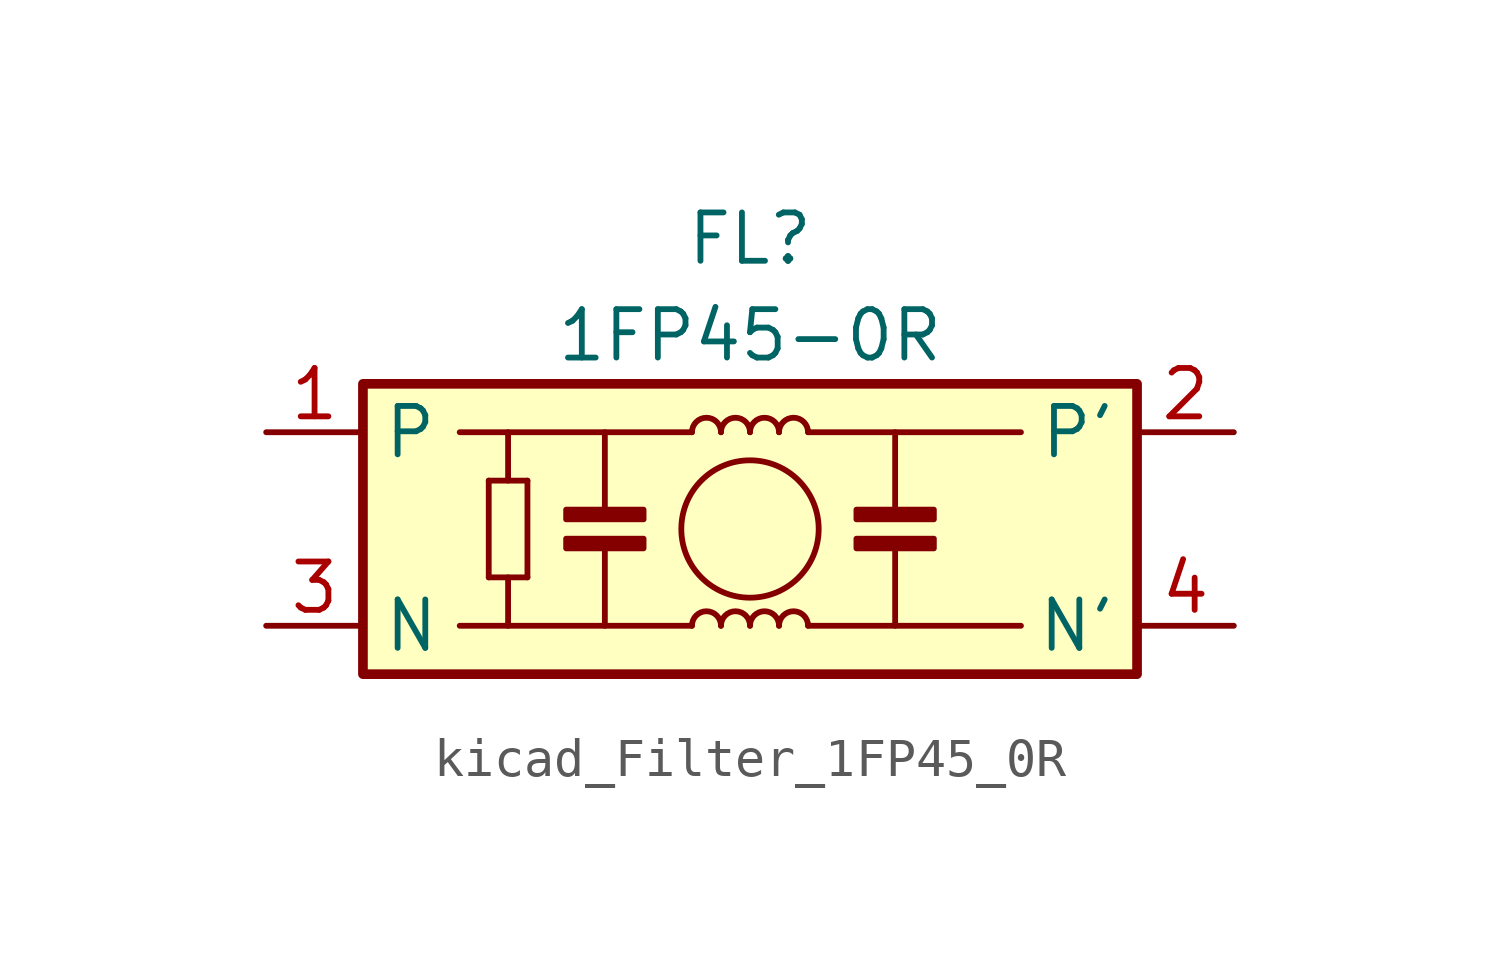
<source format=kicad_sym>
(kicad_symbol_lib
  (version 20220914)
  (generator kicad_symbol_editor)
  (symbol "kicad_Filter_1FP45_0R"
    (property "Reference" "FL"
      (at 0 7.62 0)
      (effects (font (size 1.27 1.27))))
    (property "Value" "1FP45-0R"
      (at 0 5.08 0)
      (effects (font (size 1.27 1.27))))
    (symbol "kicad_Filter_1FP45_0R_1_1"
      (rectangle (start -10.16 3.81) (end 10.16 -3.81) (stroke (width 0.254) (type default)) (fill (type background)))
      (rectangle (start -4.826 -0.254) (end -2.794 -0.508) (stroke (width 0) (type default)) (fill (type outline)))
      (rectangle (start -4.826 0.254) (end -2.794 0.508) (stroke (width 0) (type default)) (fill (type outline)))
      (arc (start -0.762 -2.54) (mid -1.143 -2.1606) (end -1.524 -2.54) (stroke (width 0) (type default)) (fill (type none)))
      (arc (start -0.762 2.54) (mid -1.143 2.9194) (end -1.524 2.54) (stroke (width 0) (type default)) (fill (type none)))
      (arc (start 0 -2.54) (mid -0.381 -2.1606) (end -0.762 -2.54) (stroke (width 0) (type default)) (fill (type none)))
      (polyline (pts (xy -6.858 -1.27) (xy -6.858 1.27)) (stroke (width 0) (type default)) (fill (type none)))
      (polyline (pts (xy -6.858 -1.27) (xy -5.842 -1.27)) (stroke (width 0) (type default)) (fill (type none)))
      (polyline (pts (xy -6.858 1.27) (xy -5.842 1.27)) (stroke (width 0) (type default)) (fill (type none)))
      (polyline (pts (xy -6.35 -1.27) (xy -6.35 -2.54)) (stroke (width 0) (type default)) (fill (type none)))
      (polyline (pts (xy -6.35 1.27) (xy -6.35 2.54)) (stroke (width 0) (type default)) (fill (type none)))
      (polyline (pts (xy -5.842 -1.27) (xy -5.842 1.27)) (stroke (width 0) (type default)) (fill (type none)))
      (polyline (pts (xy -3.81 -0.508) (xy -3.81 -2.54)) (stroke (width 0) (type default)) (fill (type none)))
      (polyline (pts (xy -3.81 0.508) (xy -3.81 2.54)) (stroke (width 0) (type default)) (fill (type none)))
      (polyline (pts (xy -1.524 -2.54) (xy -7.62 -2.54)) (stroke (width 0) (type default)) (fill (type none)))
      (polyline (pts (xy -1.524 2.54) (xy -7.62 2.54)) (stroke (width 0) (type default)) (fill (type none)))
      (polyline (pts (xy 1.524 -2.54) (xy 7.112 -2.54)) (stroke (width 0) (type default)) (fill (type none)))
      (polyline (pts (xy 3.81 -0.508) (xy 3.81 -2.54)) (stroke (width 0) (type default)) (fill (type none)))
      (polyline (pts (xy 3.81 0.508) (xy 3.81 2.54)) (stroke (width 0) (type default)) (fill (type none)))
      (polyline (pts (xy 7.112 2.54) (xy 1.524 2.54)) (stroke (width 0) (type default)) (fill (type none)))
      (circle (center 0 0) (radius 1.803) (stroke (width 0) (type default)) (fill (type none)))
      (arc (start 0 2.54) (mid -0.381 2.9194) (end -0.762 2.54) (stroke (width 0) (type default)) (fill (type none)))
      (arc (start 0.762 -2.54) (mid 0.381 -2.1606) (end 0 -2.54) (stroke (width 0) (type default)) (fill (type none)))
      (arc (start 0.762 2.54) (mid 0.381 2.9194) (end 0 2.54) (stroke (width 0) (type default)) (fill (type none)))
      (arc (start 1.524 -2.54) (mid 1.143 -2.1606) (end 0.762 -2.54) (stroke (width 0) (type default)) (fill (type none)))
      (arc (start 1.524 2.54) (mid 1.143 2.9194) (end 0.762 2.54) (stroke (width 0) (type default)) (fill (type none)))
      (rectangle (start 2.794 -0.254) (end 4.826 -0.508) (stroke (width 0) (type default)) (fill (type outline)))
      (rectangle (start 2.794 0.254) (end 4.826 0.508) (stroke (width 0) (type default)) (fill (type outline)))
      (pin passive line (at -12.7 2.54 0) (length 2.54) (name "P" (effects (font (size 1.27 1.27)))) (number "1" (effects (font (size 1.27 1.27)))))
      (pin passive line (at 12.7 2.54 180) (length 2.54) (name "P'" (effects (font (size 1.27 1.27)))) (number "2" (effects (font (size 1.27 1.27)))))
      (pin passive line (at -12.7 -2.54 0) (length 2.54) (name "N" (effects (font (size 1.27 1.27)))) (number "3" (effects (font (size 1.27 1.27)))))
      (pin passive line (at 12.7 -2.54 180) (length 2.54) (name "N'" (effects (font (size 1.27 1.27)))) (number "4" (effects (font (size 1.27 1.27))))))))
</source>
